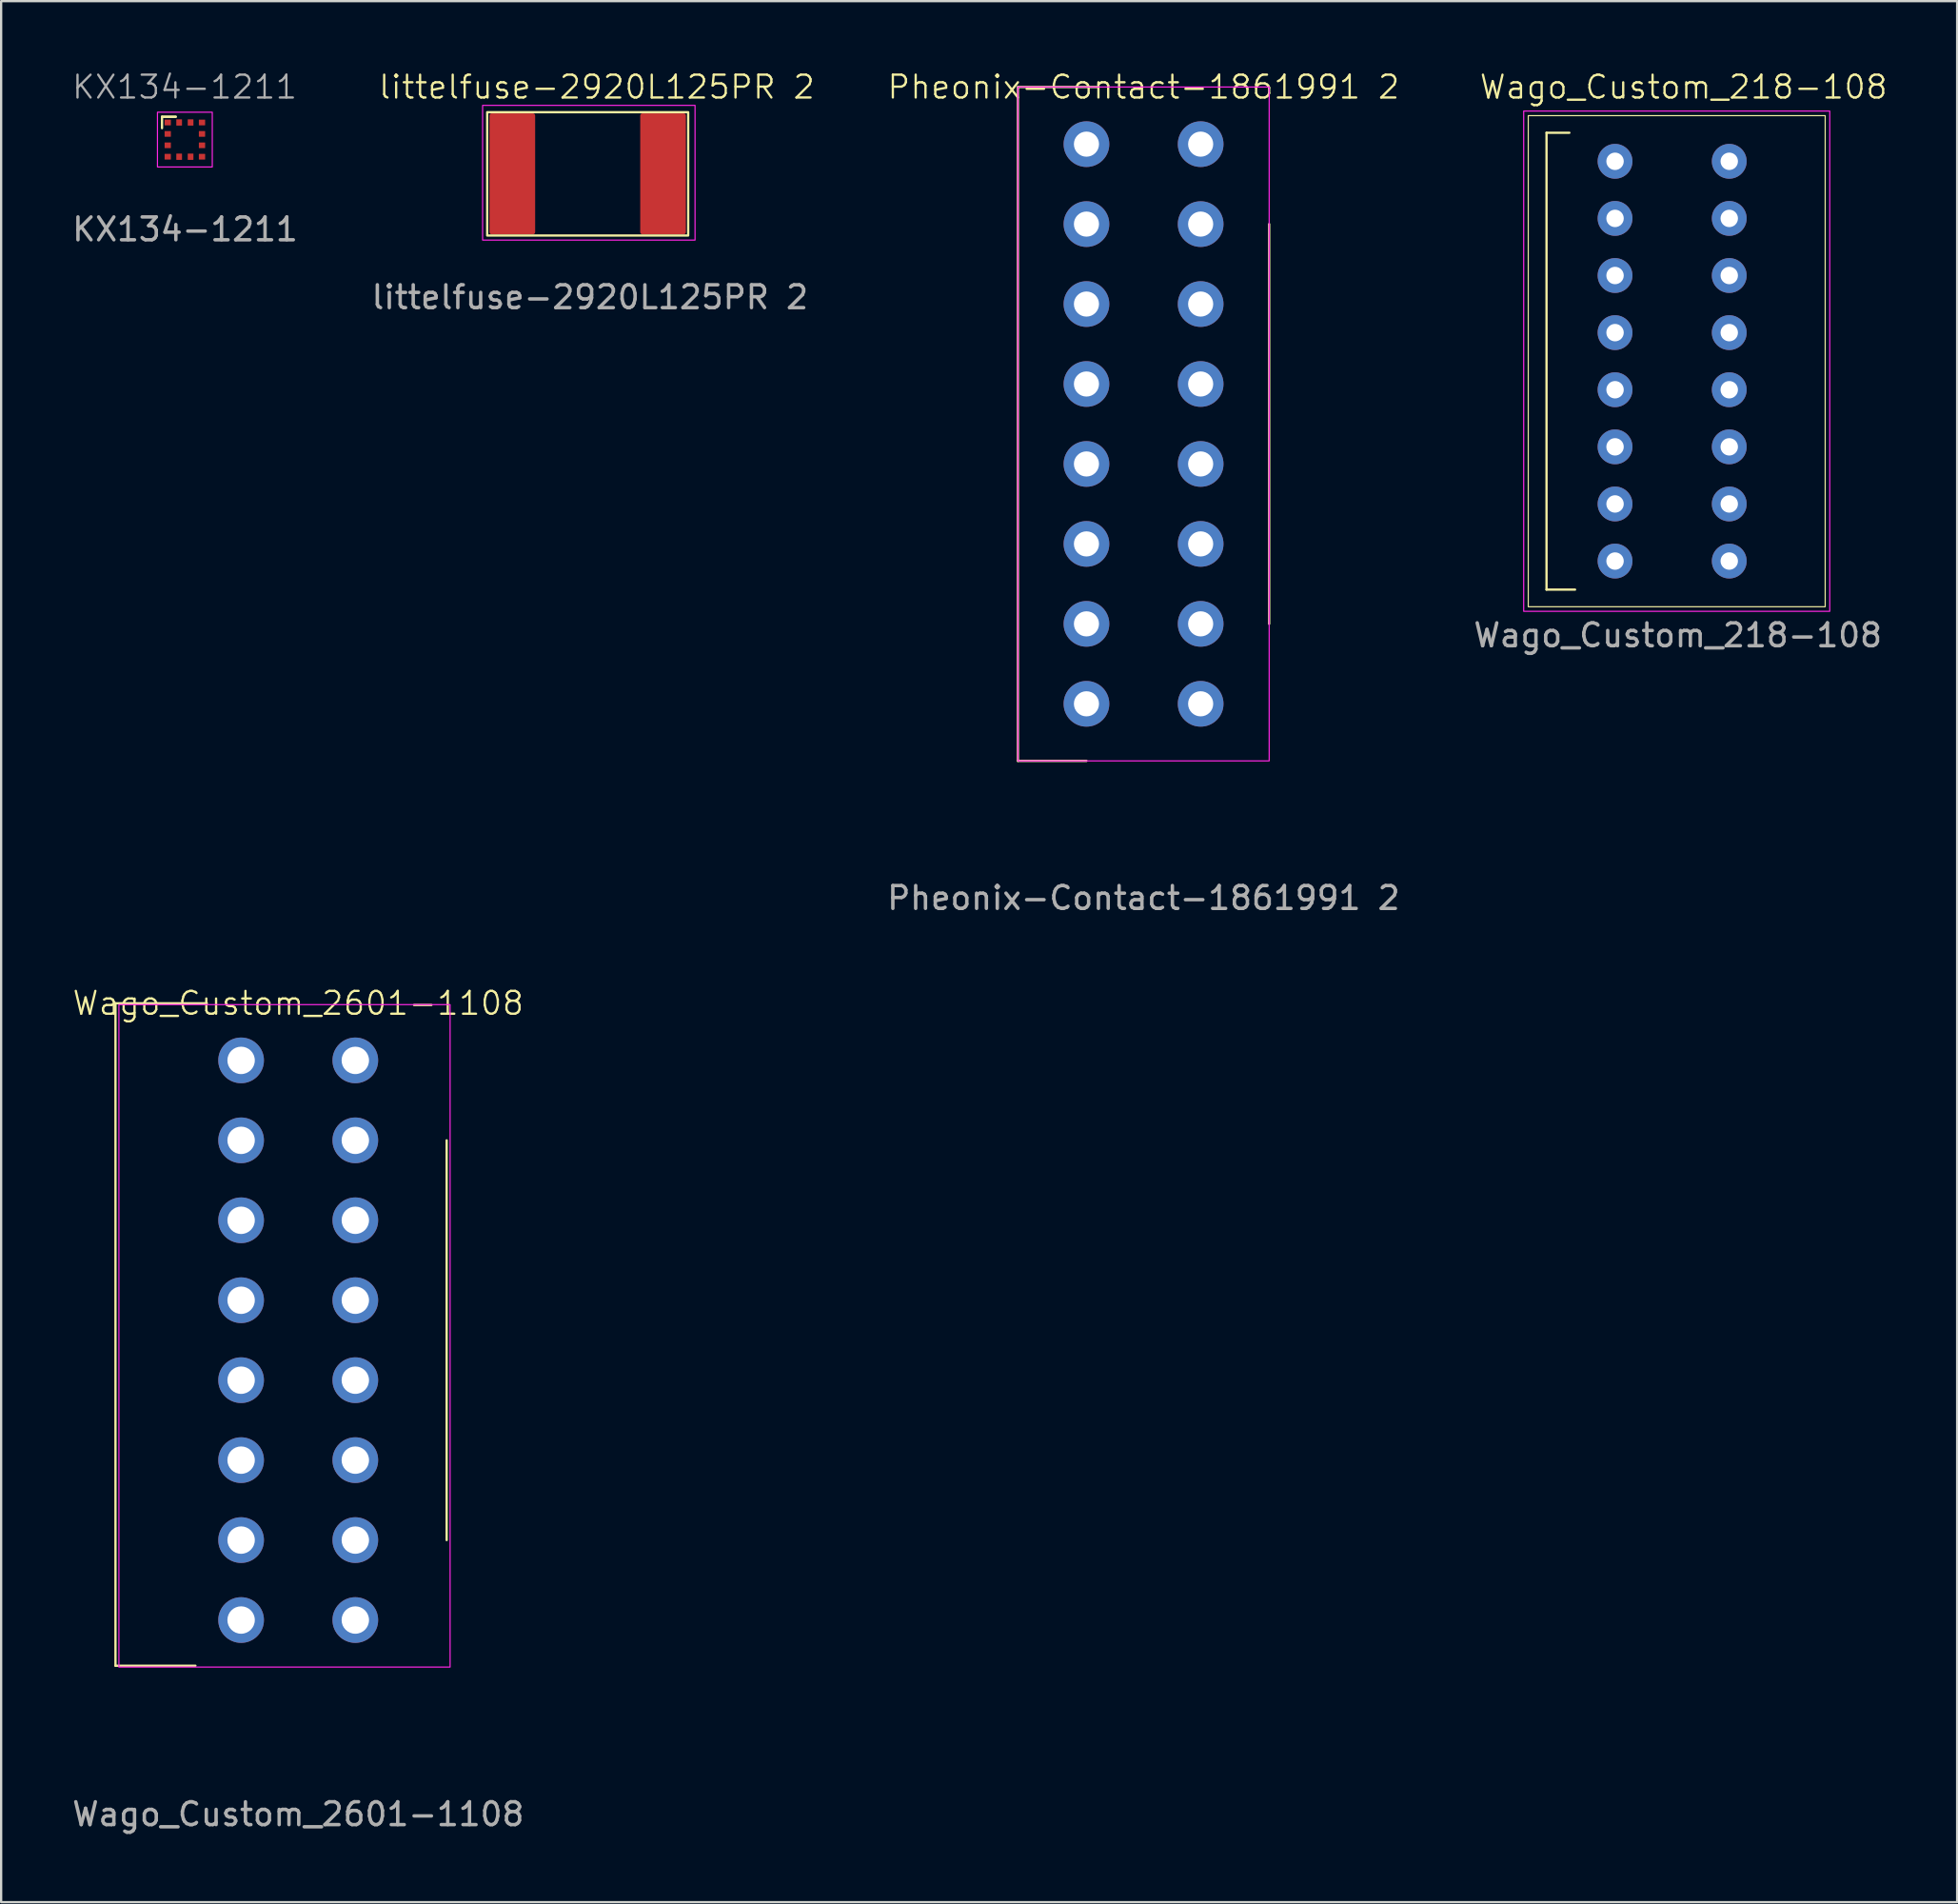
<source format=kicad_pcb>
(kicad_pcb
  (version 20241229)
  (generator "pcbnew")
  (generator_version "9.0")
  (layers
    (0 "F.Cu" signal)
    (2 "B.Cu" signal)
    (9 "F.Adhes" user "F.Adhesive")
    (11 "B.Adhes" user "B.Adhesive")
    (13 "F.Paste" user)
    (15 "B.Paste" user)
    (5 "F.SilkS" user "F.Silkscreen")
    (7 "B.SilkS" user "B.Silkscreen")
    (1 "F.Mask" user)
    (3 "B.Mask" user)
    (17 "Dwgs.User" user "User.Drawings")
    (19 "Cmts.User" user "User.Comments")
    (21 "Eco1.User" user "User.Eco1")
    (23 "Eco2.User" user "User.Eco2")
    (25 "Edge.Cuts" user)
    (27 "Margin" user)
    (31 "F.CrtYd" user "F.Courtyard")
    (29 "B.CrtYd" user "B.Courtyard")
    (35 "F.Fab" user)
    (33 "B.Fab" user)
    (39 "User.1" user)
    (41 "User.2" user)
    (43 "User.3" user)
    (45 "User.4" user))
  (footprint "littelfuse-2920L125PR 2"
    (layer "F.Cu")
    (at 19.38 4.561)
    (property "Reference" "littelfuse-2920L125PR 2" (at 3.7 -3.8 0) (unlocked yes) (layer "F.SilkS") (effects (font (size 1 1) (thickness 0.1))))
    (attr smd)
    (fp_rect (start -1.1 -2.7) (end 7.7 2.7) (stroke (width 0.1) (type default)) (fill no) (layer "F.SilkS"))
    (fp_rect (start -1.3 -3) (end 8 2.9) (stroke (width 0.05) (type default)) (fill no) (layer "F.CrtYd"))
    (fp_text user "${REFERENCE}" (at 3.4 5.4 0) (unlocked yes) (layer "F.Fab") (effects (font (size 1 1) (thickness 0.15))))
    (pad "1" smd roundrect (at 0 0) (size 2 5.3) (layers "F.Cu" "F.Mask" "F.Paste") (roundrect_rratio 0.05))
    (pad "2" smd roundrect (at 6.6 0) (size 2 5.3) (layers "F.Cu" "F.Mask" "F.Paste") (roundrect_rratio 0.05)))
  (footprint "Pheonix-Contact-1861991 2"
    (layer "F.Cu")
    (at 44.517 3.26)
    (property "Reference" "Pheonix-Contact-1861991 2" (at 2.5 -2.5 0) (unlocked yes) (layer "F.SilkS") (effects (font (size 1 1) (thickness 0.1))))
    (attr through_hole)
    (fp_line (start -3 -2.5) (end -3 27) (stroke (width 0.1) (type default)) (layer "F.SilkS"))
    (fp_line (start -3 27) (end 0 27) (stroke (width 0.1) (type default)) (layer "F.SilkS"))
    (fp_line (start 0.5 -2.5) (end -3 -2.5) (stroke (width 0.1) (type default)) (layer "F.SilkS"))
    (fp_line (start 8 3.5) (end 8 21) (stroke (width 0.1) (type default)) (layer "F.SilkS"))
    (fp_rect (start -3 -2.5) (end 8 27) (stroke (width 0.05) (type default)) (fill no) (layer "F.CrtYd"))
    (fp_text user "${REFERENCE}" (at 2.5 33 0) (unlocked yes) (layer "F.Fab") (effects (font (size 1 1) (thickness 0.15))))
    (pad "1" thru_hole circle (at 0 0) (size 2 2) (drill 1.1) (layers "*.Cu" "*.Mask"))
    (pad "2" thru_hole circle (at 5 0) (size 2 2) (drill 1.1) (layers "*.Cu" "*.Mask"))
    (pad "3" thru_hole circle (at 0 3.5) (size 2 2) (drill 1.1) (layers "*.Cu" "*.Mask"))
    (pad "4" thru_hole circle (at 5 3.5) (size 2 2) (drill 1.1) (layers "*.Cu" "*.Mask"))
    (pad "5" thru_hole circle (at 0 7) (size 2 2) (drill 1.1) (layers "*.Cu" "*.Mask"))
    (pad "6" thru_hole circle (at 5 7) (size 2 2) (drill 1.1) (layers "*.Cu" "*.Mask"))
    (pad "7" thru_hole circle (at 0 10.5) (size 2 2) (drill 1.1) (layers "*.Cu" "*.Mask"))
    (pad "8" thru_hole circle (at 5 10.5) (size 2 2) (drill 1.1) (layers "*.Cu" "*.Mask"))
    (pad "9" thru_hole circle (at 0 14) (size 2 2) (drill 1.1) (layers "*.Cu" "*.Mask"))
    (pad "10" thru_hole circle (at 5 14) (size 2 2) (drill 1.1) (layers "*.Cu" "*.Mask"))
    (pad "11" thru_hole circle (at 0 17.5) (size 2 2) (drill 1.1) (layers "*.Cu" "*.Mask"))
    (pad "12" thru_hole circle (at 5 17.5) (size 2 2) (drill 1.1) (layers "*.Cu" "*.Mask"))
    (pad "13" thru_hole circle (at 0 21) (size 2 2) (drill 1.1) (layers "*.Cu" "*.Mask"))
    (pad "14" thru_hole circle (at 5 21) (size 2 2) (drill 1.1) (layers "*.Cu" "*.Mask"))
    (pad "15" thru_hole circle (at 0 24.5) (size 2 2) (drill 1.1) (layers "*.Cu" "*.Mask"))
    (pad "16" thru_hole circle (at 5 24.5) (size 2 2) (drill 1.1) (layers "*.Cu" "*.Mask")))
  (footprint "Wago_Custom_2601-1108"
    (layer "F.Cu")
    (at 7.506 43.369)
    (property "Reference" "Wago_Custom_2601-1108" (at 2.5 -2.5 0) (unlocked yes) (layer "F.SilkS") (effects (font (size 1 1) (thickness 0.1))))
    (attr through_hole)
    (fp_line (start -5.5 -2.5) (end -5.5 26.5) (stroke (width 0.1) (type default)) (layer "F.SilkS"))
    (fp_line (start -5.5 26.5) (end -2 26.5) (stroke (width 0.1) (type default)) (layer "F.SilkS"))
    (fp_line (start -1.5 -2.5) (end -5.5 -2.5) (stroke (width 0.1) (type default)) (layer "F.SilkS"))
    (fp_line (start 9 3.5) (end 9 21) (stroke (width 0.1) (type default)) (layer "F.SilkS"))
    (fp_rect (start -5.35 -2.44) (end 9.15 26.56) (stroke (width 0.05) (type default)) (fill no) (layer "F.CrtYd"))
    (fp_text user "${REFERENCE}" (at 2.5 33 0) (unlocked yes) (layer "F.Fab") (effects (font (size 1 1) (thickness 0.15))))
    (pad "1" thru_hole circle (at 0 0) (size 2 2) (drill 1.2) (layers "*.Cu" "*.Mask"))
    (pad "2" thru_hole circle (at 5 0) (size 2 2) (drill 1.2) (layers "*.Cu" "*.Mask"))
    (pad "3" thru_hole circle (at 0 3.5) (size 2 2) (drill 1.2) (layers "*.Cu" "*.Mask"))
    (pad "4" thru_hole circle (at 5 3.5) (size 2 2) (drill 1.2) (layers "*.Cu" "*.Mask"))
    (pad "5" thru_hole circle (at 0 7) (size 2 2) (drill 1.2) (layers "*.Cu" "*.Mask"))
    (pad "6" thru_hole circle (at 5 7) (size 2 2) (drill 1.2) (layers "*.Cu" "*.Mask"))
    (pad "7" thru_hole circle (at 0 10.5) (size 2 2) (drill 1.2) (layers "*.Cu" "*.Mask"))
    (pad "8" thru_hole circle (at 5 10.5) (size 2 2) (drill 1.2) (layers "*.Cu" "*.Mask"))
    (pad "9" thru_hole circle (at 0 14) (size 2 2) (drill 1.2) (layers "*.Cu" "*.Mask"))
    (pad "10" thru_hole circle (at 5 14) (size 2 2) (drill 1.2) (layers "*.Cu" "*.Mask"))
    (pad "11" thru_hole circle (at 0 17.5) (size 2 2) (drill 1.2) (layers "*.Cu" "*.Mask"))
    (pad "12" thru_hole circle (at 5 17.5) (size 2 2) (drill 1.2) (layers "*.Cu" "*.Mask"))
    (pad "13" thru_hole circle (at 0 21) (size 2 2) (drill 1.2) (layers "*.Cu" "*.Mask"))
    (pad "14" thru_hole circle (at 5 21) (size 2 2) (drill 1.2) (layers "*.Cu" "*.Mask"))
    (pad "15" thru_hole circle (at 0 24.5) (size 2 2) (drill 1.2) (layers "*.Cu" "*.Mask"))
    (pad "16" thru_hole circle (at 5 24.5) (size 2 2) (drill 1.2) (layers "*.Cu" "*.Mask")))
  (footprint "Wago_Custom_218-108"
    (layer "F.Cu")
    (at 67.66 4.011)
    (property "Reference" "Wago_Custom_218-108" (at 3 -3.25 0) (unlocked yes) (layer "F.SilkS") (effects (font (size 1 1) (thickness 0.1))))
    (attr through_hole)
    (fp_line (start -3 -1.25) (end -3 18.75) (stroke (width 0.1) (type default)) (layer "F.SilkS"))
    (fp_line (start -3 -1.25) (end -2 -1.25) (stroke (width 0.1) (type default)) (layer "F.SilkS"))
    (fp_line (start -3 18.75) (end -1.75 18.75) (stroke (width 0.1) (type default)) (layer "F.SilkS"))
    (fp_rect (start -3.8 -2) (end 9.2 19.5) (stroke (width 0.05) (type default)) (fill no) (layer "F.SilkS"))
    (fp_rect (start -4 -2.2) (end 9.4 19.7) (stroke (width 0.05) (type default)) (fill no) (layer "F.CrtYd"))
    (fp_text user "${REFERENCE}" (at 2.75 20.75 0) (unlocked yes) (layer "F.Fab") (effects (font (size 1 1) (thickness 0.15))))
    (pad "1" thru_hole circle (at 0 0) (size 1.524 1.524) (drill 0.762) (layers "*.Cu" "*.Mask"))
    (pad "2" thru_hole circle (at 5 0) (size 1.524 1.524) (drill 0.762) (layers "*.Cu" "*.Mask"))
    (pad "3" thru_hole circle (at 0 2.5) (size 1.524 1.524) (drill 0.762) (layers "*.Cu" "*.Mask"))
    (pad "4" thru_hole circle (at 5 2.5) (size 1.524 1.524) (drill 0.762) (layers "*.Cu" "*.Mask"))
    (pad "5" thru_hole circle (at 0 5) (size 1.524 1.524) (drill 0.762) (layers "*.Cu" "*.Mask"))
    (pad "6" thru_hole circle (at 5 5) (size 1.524 1.524) (drill 0.762) (layers "*.Cu" "*.Mask"))
    (pad "7" thru_hole circle (at 0 7.5) (size 1.524 1.524) (drill 0.762) (layers "*.Cu" "*.Mask"))
    (pad "8" thru_hole circle (at 5 7.5) (size 1.524 1.524) (drill 0.762) (layers "*.Cu" "*.Mask"))
    (pad "9" thru_hole circle (at 0 10) (size 1.524 1.524) (drill 0.762) (layers "*.Cu" "*.Mask"))
    (pad "10" thru_hole circle (at 5 10) (size 1.524 1.524) (drill 0.762) (layers "*.Cu" "*.Mask"))
    (pad "11" thru_hole circle (at 0 12.5) (size 1.524 1.524) (drill 0.762) (layers "*.Cu" "*.Mask"))
    (pad "12" thru_hole circle (at 5 12.5) (size 1.524 1.524) (drill 0.762) (layers "*.Cu" "*.Mask"))
    (pad "13" thru_hole circle (at 0 15) (size 1.524 1.524) (drill 0.762) (layers "*.Cu" "*.Mask"))
    (pad "14" thru_hole circle (at 5 15) (size 1.524 1.524) (drill 0.762) (layers "*.Cu" "*.Mask"))
    (pad "15" thru_hole circle (at 0 17.5) (size 1.524 1.524) (drill 0.762) (layers "*.Cu" "*.Mask"))
    (pad "16" thru_hole circle (at 5 17.5) (size 1.524 1.524) (drill 0.762) (layers "*.Cu" "*.Mask")))
  (footprint "KX134-1211"
    (layer "F.Cu")
    (at 5.044 3.061)
    (property "Reference" "KX134-1211" (at -0.01 -2.3 0) (unlocked yes) (layer "F.Fab") (effects (font (size 1 1) (thickness 0.1))))
    (attr smd)
    (fp_line (start -1 -1) (end -1 -0.5) (stroke (width 0.1) (type default)) (layer "F.SilkS"))
    (fp_line (start -1 -1) (end -0.4 -1) (stroke (width 0.1) (type default)) (layer "F.SilkS"))
    (fp_line (start -0.4 -1) (end -1 -1) (stroke (width 0.1) (type default)) (layer "F.SilkS"))
    (fp_rect (start -1.2 -1.2) (end 1.2 1.2) (stroke (width 0.05) (type default)) (fill no) (layer "F.CrtYd"))
    (fp_text user "${REFERENCE}" (at 0.01 3.93 0) (unlocked yes) (layer "F.Fab") (effects (font (size 1 1) (thickness 0.15))))
    (pad "1" smd roundrect (at -0.75 -0.75) (size 0.275 0.25) (layers "F.Cu" "F.Mask" "F.Paste") (roundrect_rratio 0.05))
    (pad "2" smd roundrect (at -0.75 -0.25) (size 0.275 0.25) (layers "F.Cu" "F.Mask" "F.Paste") (roundrect_rratio 0.05))
    (pad "3" smd roundrect (at -0.75 0.25) (size 0.275 0.25) (layers "F.Cu" "F.Mask" "F.Paste") (roundrect_rratio 0.05))
    (pad "4" smd roundrect (at -0.75 0.75) (size 0.275 0.25) (layers "F.Cu" "F.Mask" "F.Paste") (roundrect_rratio 0.05))
    (pad "5" smd roundrect (at -0.25 0.75) (size 0.25 0.275) (layers "F.Cu" "F.Mask" "F.Paste") (roundrect_rratio 0.05))
    (pad "6" smd roundrect (at 0.25 0.75) (size 0.25 0.275) (layers "F.Cu" "F.Mask" "F.Paste") (roundrect_rratio 0.05))
    (pad "7" smd roundrect (at 0.75 0.75) (size 0.275 0.25) (layers "F.Cu" "F.Mask" "F.Paste") (roundrect_rratio 0.05))
    (pad "8" smd roundrect (at 0.75 0.25) (size 0.275 0.25) (layers "F.Cu" "F.Mask" "F.Paste") (roundrect_rratio 0.05))
    (pad "9" smd roundrect (at 0.75 -0.25) (size 0.275 0.25) (layers "F.Cu" "F.Mask" "F.Paste") (roundrect_rratio 0.05))
    (pad "10" smd roundrect (at 0.75 -0.75) (size 0.275 0.25) (layers "F.Cu" "F.Mask" "F.Paste") (roundrect_rratio 0.05))
    (pad "11" smd roundrect (at 0.25 -0.75) (size 0.25 0.275) (layers "F.Cu" "F.Mask" "F.Paste") (roundrect_rratio 0.05))
    (pad "12" smd roundrect (at -0.25 -0.75) (size 0.25 0.275) (layers "F.Cu" "F.Mask" "F.Paste") (roundrect_rratio 0.05)))
  (gr_rect
    (start -3 -3)
    (end 82.638 80.218)
    (stroke (width 0.1) (type default))
    (fill no)
    (layer "Edge.Cuts")))
</source>
